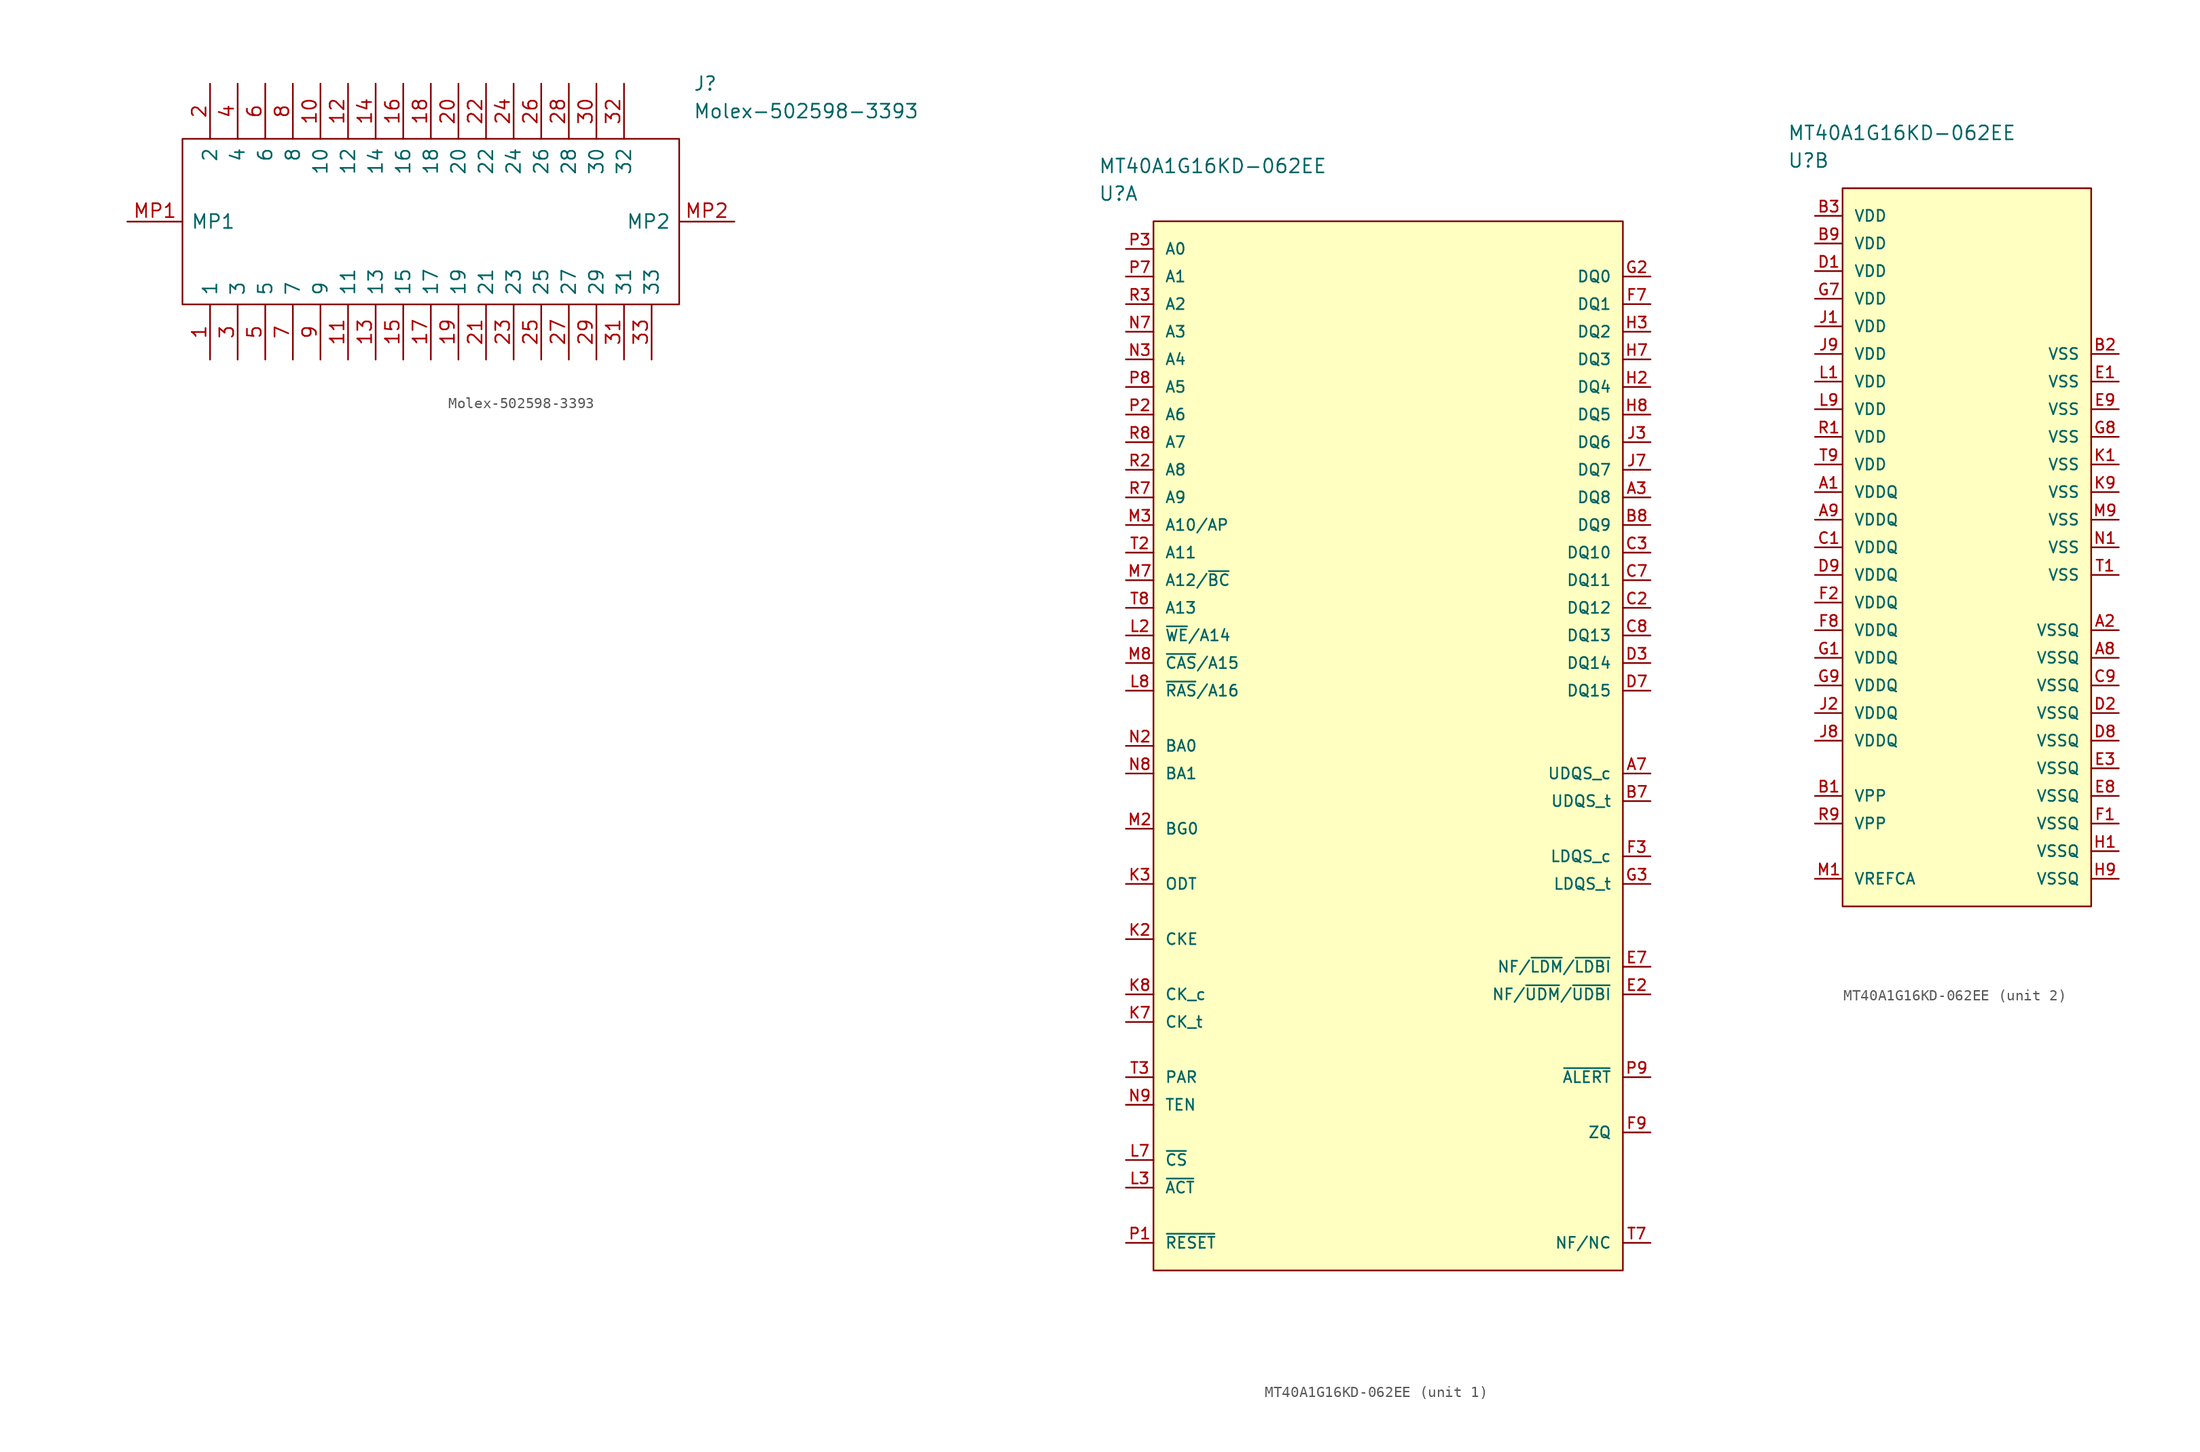
<source format=kicad_sym>
(kicad_symbol_lib
  (version 20220914)
  (generator kicad_symbol_editor)
  (symbol "Molex-502598-3393"
    (pin_names
      (offset 0.762))
    (property "Reference" "J"
      (at 52.07 12.7 0)
      (effects (font (size 1.27 1.27)) (justify left)))
    (property "Value" "Molex-502598-3393"
      (at 52.07 10.16 0)
      (effects (font (size 1.27 1.27)) (justify left)))
    (symbol "Molex-502598-3393_0_0"
      (pin passive line (at 7.62 -12.7 90) (length 5.08) (name "1" (effects (font (size 1.27 1.27)))) (number "1" (effects (font (size 1.27 1.27)))))
      (pin passive line (at 17.78 12.7 270) (length 5.08) (name "10" (effects (font (size 1.27 1.27)))) (number "10" (effects (font (size 1.27 1.27)))))
      (pin passive line (at 20.32 -12.7 90) (length 5.08) (name "11" (effects (font (size 1.27 1.27)))) (number "11" (effects (font (size 1.27 1.27)))))
      (pin passive line (at 20.32 12.7 270) (length 5.08) (name "12" (effects (font (size 1.27 1.27)))) (number "12" (effects (font (size 1.27 1.27)))))
      (pin passive line (at 22.86 -12.7 90) (length 5.08) (name "13" (effects (font (size 1.27 1.27)))) (number "13" (effects (font (size 1.27 1.27)))))
      (pin passive line (at 22.86 12.7 270) (length 5.08) (name "14" (effects (font (size 1.27 1.27)))) (number "14" (effects (font (size 1.27 1.27)))))
      (pin passive line (at 25.4 -12.7 90) (length 5.08) (name "15" (effects (font (size 1.27 1.27)))) (number "15" (effects (font (size 1.27 1.27)))))
      (pin passive line (at 25.4 12.7 270) (length 5.08) (name "16" (effects (font (size 1.27 1.27)))) (number "16" (effects (font (size 1.27 1.27)))))
      (pin passive line (at 27.94 -12.7 90) (length 5.08) (name "17" (effects (font (size 1.27 1.27)))) (number "17" (effects (font (size 1.27 1.27)))))
      (pin passive line (at 27.94 12.7 270) (length 5.08) (name "18" (effects (font (size 1.27 1.27)))) (number "18" (effects (font (size 1.27 1.27)))))
      (pin passive line (at 30.48 -12.7 90) (length 5.08) (name "19" (effects (font (size 1.27 1.27)))) (number "19" (effects (font (size 1.27 1.27)))))
      (pin passive line (at 7.62 12.7 270) (length 5.08) (name "2" (effects (font (size 1.27 1.27)))) (number "2" (effects (font (size 1.27 1.27)))))
      (pin passive line (at 30.48 12.7 270) (length 5.08) (name "20" (effects (font (size 1.27 1.27)))) (number "20" (effects (font (size 1.27 1.27)))))
      (pin passive line (at 33.02 -12.7 90) (length 5.08) (name "21" (effects (font (size 1.27 1.27)))) (number "21" (effects (font (size 1.27 1.27)))))
      (pin passive line (at 33.02 12.7 270) (length 5.08) (name "22" (effects (font (size 1.27 1.27)))) (number "22" (effects (font (size 1.27 1.27)))))
      (pin passive line (at 35.56 -12.7 90) (length 5.08) (name "23" (effects (font (size 1.27 1.27)))) (number "23" (effects (font (size 1.27 1.27)))))
      (pin passive line (at 35.56 12.7 270) (length 5.08) (name "24" (effects (font (size 1.27 1.27)))) (number "24" (effects (font (size 1.27 1.27)))))
      (pin passive line (at 38.1 -12.7 90) (length 5.08) (name "25" (effects (font (size 1.27 1.27)))) (number "25" (effects (font (size 1.27 1.27)))))
      (pin passive line (at 38.1 12.7 270) (length 5.08) (name "26" (effects (font (size 1.27 1.27)))) (number "26" (effects (font (size 1.27 1.27)))))
      (pin passive line (at 40.64 -12.7 90) (length 5.08) (name "27" (effects (font (size 1.27 1.27)))) (number "27" (effects (font (size 1.27 1.27)))))
      (pin passive line (at 40.64 12.7 270) (length 5.08) (name "28" (effects (font (size 1.27 1.27)))) (number "28" (effects (font (size 1.27 1.27)))))
      (pin passive line (at 43.18 -12.7 90) (length 5.08) (name "29" (effects (font (size 1.27 1.27)))) (number "29" (effects (font (size 1.27 1.27)))))
      (pin passive line (at 10.16 -12.7 90) (length 5.08) (name "3" (effects (font (size 1.27 1.27)))) (number "3" (effects (font (size 1.27 1.27)))))
      (pin passive line (at 43.18 12.7 270) (length 5.08) (name "30" (effects (font (size 1.27 1.27)))) (number "30" (effects (font (size 1.27 1.27)))))
      (pin passive line (at 45.72 -12.7 90) (length 5.08) (name "31" (effects (font (size 1.27 1.27)))) (number "31" (effects (font (size 1.27 1.27)))))
      (pin passive line (at 45.72 12.7 270) (length 5.08) (name "32" (effects (font (size 1.27 1.27)))) (number "32" (effects (font (size 1.27 1.27)))))
      (pin passive line (at 48.26 -12.7 90) (length 5.08) (name "33" (effects (font (size 1.27 1.27)))) (number "33" (effects (font (size 1.27 1.27)))))
      (pin passive line (at 10.16 12.7 270) (length 5.08) (name "4" (effects (font (size 1.27 1.27)))) (number "4" (effects (font (size 1.27 1.27)))))
      (pin passive line (at 12.7 -12.7 90) (length 5.08) (name "5" (effects (font (size 1.27 1.27)))) (number "5" (effects (font (size 1.27 1.27)))))
      (pin passive line (at 12.7 12.7 270) (length 5.08) (name "6" (effects (font (size 1.27 1.27)))) (number "6" (effects (font (size 1.27 1.27)))))
      (pin passive line (at 15.24 -12.7 90) (length 5.08) (name "7" (effects (font (size 1.27 1.27)))) (number "7" (effects (font (size 1.27 1.27)))))
      (pin passive line (at 15.24 12.7 270) (length 5.08) (name "8" (effects (font (size 1.27 1.27)))) (number "8" (effects (font (size 1.27 1.27)))))
      (pin passive line (at 17.78 -12.7 90) (length 5.08) (name "9" (effects (font (size 1.27 1.27)))) (number "9" (effects (font (size 1.27 1.27)))))
      (pin passive line (at 0 0 0) (length 5.08) (name "MP1" (effects (font (size 1.27 1.27)))) (number "MP1" (effects (font (size 1.27 1.27)))))
      (pin passive line (at 55.88 0 180) (length 5.08) (name "MP2" (effects (font (size 1.27 1.27)))) (number "MP2" (effects (font (size 1.27 1.27))))))
    (symbol "Molex-502598-3393_0_1"
      (polyline (pts (xy 5.08 7.62) (xy 50.8 7.62) (xy 50.8 -7.62) (xy 5.08 -7.62) (xy 5.08 7.62)) (stroke (width 0.152) (type default)) (fill (type none)))))
  (symbol "MT40A1G16KD-062EE"
    (pin_names
      (offset 1.016))
    (property "Reference" "U"
      (at 0 5.08 0)
      (effects (font (size 1.27 1.27)) (justify left)))
    (property "Value" "MT40A1G16KD-062EE"
      (at 0 7.62 0)
      (effects (font (size 1.27 1.27)) (justify left)))
    (property "ki_locked" ""
      (at 0 0 0)
      (effects (font (size 1.27 1.27))))
    (symbol "MT40A1G16KD-062EE_1_1"
      (rectangle (start 5.08 2.54) (end 48.26 -93.98) (stroke (width 0) (type default)) (fill (type background)))
      (pin bidirectional line (at 50.8 -22.86 180) (length 2.54) (name "DQ8" (effects (font (size 1.016 1.016)))) (number "A3" (effects (font (size 1.016 1.016)))))
      (pin bidirectional line (at 50.8 -48.26 180) (length 2.54) (name "UDQS_c" (effects (font (size 1.016 1.016)))) (number "A7" (effects (font (size 1.016 1.016)))))
      (pin bidirectional line (at 50.8 -50.8 180) (length 2.54) (name "UDQS_t" (effects (font (size 1.016 1.016)))) (number "B7" (effects (font (size 1.016 1.016)))))
      (pin bidirectional line (at 50.8 -25.4 180) (length 2.54) (name "DQ9" (effects (font (size 1.016 1.016)))) (number "B8" (effects (font (size 1.016 1.016)))))
      (pin bidirectional line (at 50.8 -33.02 180) (length 2.54) (name "DQ12" (effects (font (size 1.016 1.016)))) (number "C2" (effects (font (size 1.016 1.016)))))
      (pin bidirectional line (at 50.8 -27.94 180) (length 2.54) (name "DQ10" (effects (font (size 1.016 1.016)))) (number "C3" (effects (font (size 1.016 1.016)))))
      (pin bidirectional line (at 50.8 -30.48 180) (length 2.54) (name "DQ11" (effects (font (size 1.016 1.016)))) (number "C7" (effects (font (size 1.016 1.016)))))
      (pin bidirectional line (at 50.8 -35.56 180) (length 2.54) (name "DQ13" (effects (font (size 1.016 1.016)))) (number "C8" (effects (font (size 1.016 1.016)))))
      (pin bidirectional line (at 50.8 -38.1 180) (length 2.54) (name "DQ14" (effects (font (size 1.016 1.016)))) (number "D3" (effects (font (size 1.016 1.016)))))
      (pin bidirectional line (at 50.8 -40.64 180) (length 2.54) (name "DQ15" (effects (font (size 1.016 1.016)))) (number "D7" (effects (font (size 1.016 1.016)))))
      (pin bidirectional line (at 50.8 -68.58 180) (length 2.54) (name "NF/~{UDM}/~{UDBI}" (effects (font (size 1.016 1.016)))) (number "E2" (effects (font (size 1.016 1.016)))))
      (pin bidirectional line (at 50.8 -66.04 180) (length 2.54) (name "NF/~{LDM}/~{LDBI}" (effects (font (size 1.016 1.016)))) (number "E7" (effects (font (size 1.016 1.016)))))
      (pin bidirectional line (at 50.8 -55.88 180) (length 2.54) (name "LDQS_c" (effects (font (size 1.016 1.016)))) (number "F3" (effects (font (size 1.016 1.016)))))
      (pin bidirectional line (at 50.8 -5.08 180) (length 2.54) (name "DQ1" (effects (font (size 1.016 1.016)))) (number "F7" (effects (font (size 1.016 1.016)))))
      (pin passive line (at 50.8 -81.28 180) (length 2.54) (name "ZQ" (effects (font (size 1.016 1.016)))) (number "F9" (effects (font (size 1.016 1.016)))))
      (pin bidirectional line (at 50.8 -2.54 180) (length 2.54) (name "DQ0" (effects (font (size 1.016 1.016)))) (number "G2" (effects (font (size 1.016 1.016)))))
      (pin bidirectional line (at 50.8 -58.42 180) (length 2.54) (name "LDQS_t" (effects (font (size 1.016 1.016)))) (number "G3" (effects (font (size 1.016 1.016)))))
      (pin bidirectional line (at 50.8 -12.7 180) (length 2.54) (name "DQ4" (effects (font (size 1.016 1.016)))) (number "H2" (effects (font (size 1.016 1.016)))))
      (pin bidirectional line (at 50.8 -7.62 180) (length 2.54) (name "DQ2" (effects (font (size 1.016 1.016)))) (number "H3" (effects (font (size 1.016 1.016)))))
      (pin bidirectional line (at 50.8 -10.16 180) (length 2.54) (name "DQ3" (effects (font (size 1.016 1.016)))) (number "H7" (effects (font (size 1.016 1.016)))))
      (pin bidirectional line (at 50.8 -15.24 180) (length 2.54) (name "DQ5" (effects (font (size 1.016 1.016)))) (number "H8" (effects (font (size 1.016 1.016)))))
      (pin bidirectional line (at 50.8 -17.78 180) (length 2.54) (name "DQ6" (effects (font (size 1.016 1.016)))) (number "J3" (effects (font (size 1.016 1.016)))))
      (pin bidirectional line (at 50.8 -20.32 180) (length 2.54) (name "DQ7" (effects (font (size 1.016 1.016)))) (number "J7" (effects (font (size 1.016 1.016)))))
      (pin input line (at 2.54 -63.5 0) (length 2.54) (name "CKE" (effects (font (size 1.016 1.016)))) (number "K2" (effects (font (size 1.016 1.016)))))
      (pin input line (at 2.54 -58.42 0) (length 2.54) (name "ODT" (effects (font (size 1.016 1.016)))) (number "K3" (effects (font (size 1.016 1.016)))))
      (pin input line (at 2.54 -71.12 0) (length 2.54) (name "CK_t" (effects (font (size 1.016 1.016)))) (number "K7" (effects (font (size 1.016 1.016)))))
      (pin input line (at 2.54 -68.58 0) (length 2.54) (name "CK_c" (effects (font (size 1.016 1.016)))) (number "K8" (effects (font (size 1.016 1.016)))))
      (pin input line (at 2.54 -35.56 0) (length 2.54) (name "~{WE}/A14" (effects (font (size 1.016 1.016)))) (number "L2" (effects (font (size 1.016 1.016)))))
      (pin input line (at 2.54 -86.36 0) (length 2.54) (name "~{ACT}" (effects (font (size 1.016 1.016)))) (number "L3" (effects (font (size 1.016 1.016)))))
      (pin input line (at 2.54 -83.82 0) (length 2.54) (name "~{CS}" (effects (font (size 1.016 1.016)))) (number "L7" (effects (font (size 1.016 1.016)))))
      (pin input line (at 2.54 -40.64 0) (length 2.54) (name "~{RAS}/A16" (effects (font (size 1.016 1.016)))) (number "L8" (effects (font (size 1.016 1.016)))))
      (pin input line (at 2.54 -53.34 0) (length 2.54) (name "BG0" (effects (font (size 1.016 1.016)))) (number "M2" (effects (font (size 1.016 1.016)))))
      (pin input line (at 2.54 -25.4 0) (length 2.54) (name "A10/AP" (effects (font (size 1.016 1.016)))) (number "M3" (effects (font (size 1.016 1.016)))))
      (pin input line (at 2.54 -30.48 0) (length 2.54) (name "A12/~{BC}" (effects (font (size 1.016 1.016)))) (number "M7" (effects (font (size 1.016 1.016)))))
      (pin input line (at 2.54 -38.1 0) (length 2.54) (name "~{CAS}/A15" (effects (font (size 1.016 1.016)))) (number "M8" (effects (font (size 1.016 1.016)))))
      (pin input line (at 2.54 -45.72 0) (length 2.54) (name "BA0" (effects (font (size 1.016 1.016)))) (number "N2" (effects (font (size 1.016 1.016)))))
      (pin input line (at 2.54 -10.16 0) (length 2.54) (name "A4" (effects (font (size 1.016 1.016)))) (number "N3" (effects (font (size 1.016 1.016)))))
      (pin input line (at 2.54 -7.62 0) (length 2.54) (name "A3" (effects (font (size 1.016 1.016)))) (number "N7" (effects (font (size 1.016 1.016)))))
      (pin input line (at 2.54 -48.26 0) (length 2.54) (name "BA1" (effects (font (size 1.016 1.016)))) (number "N8" (effects (font (size 1.016 1.016)))))
      (pin input line (at 2.54 -78.74 0) (length 2.54) (name "TEN" (effects (font (size 1.016 1.016)))) (number "N9" (effects (font (size 1.016 1.016)))))
      (pin input line (at 2.54 -91.44 0) (length 2.54) (name "~{RESET}" (effects (font (size 1.016 1.016)))) (number "P1" (effects (font (size 1.016 1.016)))))
      (pin input line (at 2.54 -15.24 0) (length 2.54) (name "A6" (effects (font (size 1.016 1.016)))) (number "P2" (effects (font (size 1.016 1.016)))))
      (pin input line (at 2.54 0 0) (length 2.54) (name "A0" (effects (font (size 1.016 1.016)))) (number "P3" (effects (font (size 1.016 1.016)))))
      (pin input line (at 2.54 -2.54 0) (length 2.54) (name "A1" (effects (font (size 1.016 1.016)))) (number "P7" (effects (font (size 1.016 1.016)))))
      (pin input line (at 2.54 -12.7 0) (length 2.54) (name "A5" (effects (font (size 1.016 1.016)))) (number "P8" (effects (font (size 1.016 1.016)))))
      (pin output line (at 50.8 -76.2 180) (length 2.54) (name "~{ALERT}" (effects (font (size 1.016 1.016)))) (number "P9" (effects (font (size 1.016 1.016)))))
      (pin input line (at 2.54 -20.32 0) (length 2.54) (name "A8" (effects (font (size 1.016 1.016)))) (number "R2" (effects (font (size 1.016 1.016)))))
      (pin input line (at 2.54 -5.08 0) (length 2.54) (name "A2" (effects (font (size 1.016 1.016)))) (number "R3" (effects (font (size 1.016 1.016)))))
      (pin input line (at 2.54 -22.86 0) (length 2.54) (name "A9" (effects (font (size 1.016 1.016)))) (number "R7" (effects (font (size 1.016 1.016)))))
      (pin input line (at 2.54 -17.78 0) (length 2.54) (name "A7" (effects (font (size 1.016 1.016)))) (number "R8" (effects (font (size 1.016 1.016)))))
      (pin input line (at 2.54 -27.94 0) (length 2.54) (name "A11" (effects (font (size 1.016 1.016)))) (number "T2" (effects (font (size 1.016 1.016)))))
      (pin input line (at 2.54 -76.2 0) (length 2.54) (name "PAR" (effects (font (size 1.016 1.016)))) (number "T3" (effects (font (size 1.016 1.016)))))
      (pin passive line (at 50.8 -91.44 180) (length 2.54) (name "NF/NC" (effects (font (size 1.016 1.016)))) (number "T7" (effects (font (size 1.016 1.016)))))
      (pin input line (at 2.54 -33.02 0) (length 2.54) (name "A13" (effects (font (size 1.016 1.016)))) (number "T8" (effects (font (size 1.016 1.016))))))
    (symbol "MT40A1G16KD-062EE_2_1"
      (rectangle (start 5.08 2.54) (end 27.94 -63.5) (stroke (width 0) (type default)) (fill (type background)))
      (pin power_in line (at 2.54 -25.4 0) (length 2.54) (name "VDDQ" (effects (font (size 1.016 1.016)))) (number "A1" (effects (font (size 1.016 1.016)))))
      (pin power_in line (at 30.48 -38.1 180) (length 2.54) (name "VSSQ" (effects (font (size 1.016 1.016)))) (number "A2" (effects (font (size 1.016 1.016)))))
      (pin power_in line (at 30.48 -40.64 180) (length 2.54) (name "VSSQ" (effects (font (size 1.016 1.016)))) (number "A8" (effects (font (size 1.016 1.016)))))
      (pin power_in line (at 2.54 -27.94 0) (length 2.54) (name "VDDQ" (effects (font (size 1.016 1.016)))) (number "A9" (effects (font (size 1.016 1.016)))))
      (pin power_in line (at 2.54 -53.34 0) (length 2.54) (name "VPP" (effects (font (size 1.016 1.016)))) (number "B1" (effects (font (size 1.016 1.016)))))
      (pin power_in line (at 30.48 -12.7 180) (length 2.54) (name "VSS" (effects (font (size 1.016 1.016)))) (number "B2" (effects (font (size 1.016 1.016)))))
      (pin power_in line (at 2.54 0 0) (length 2.54) (name "VDD" (effects (font (size 1.016 1.016)))) (number "B3" (effects (font (size 1.016 1.016)))))
      (pin power_in line (at 2.54 -2.54 0) (length 2.54) (name "VDD" (effects (font (size 1.016 1.016)))) (number "B9" (effects (font (size 1.016 1.016)))))
      (pin power_in line (at 2.54 -30.48 0) (length 2.54) (name "VDDQ" (effects (font (size 1.016 1.016)))) (number "C1" (effects (font (size 1.016 1.016)))))
      (pin power_in line (at 30.48 -43.18 180) (length 2.54) (name "VSSQ" (effects (font (size 1.016 1.016)))) (number "C9" (effects (font (size 1.016 1.016)))))
      (pin power_in line (at 2.54 -5.08 0) (length 2.54) (name "VDD" (effects (font (size 1.016 1.016)))) (number "D1" (effects (font (size 1.016 1.016)))))
      (pin power_in line (at 30.48 -45.72 180) (length 2.54) (name "VSSQ" (effects (font (size 1.016 1.016)))) (number "D2" (effects (font (size 1.016 1.016)))))
      (pin power_in line (at 30.48 -48.26 180) (length 2.54) (name "VSSQ" (effects (font (size 1.016 1.016)))) (number "D8" (effects (font (size 1.016 1.016)))))
      (pin power_in line (at 2.54 -33.02 0) (length 2.54) (name "VDDQ" (effects (font (size 1.016 1.016)))) (number "D9" (effects (font (size 1.016 1.016)))))
      (pin power_in line (at 30.48 -15.24 180) (length 2.54) (name "VSS" (effects (font (size 1.016 1.016)))) (number "E1" (effects (font (size 1.016 1.016)))))
      (pin power_in line (at 30.48 -50.8 180) (length 2.54) (name "VSSQ" (effects (font (size 1.016 1.016)))) (number "E3" (effects (font (size 1.016 1.016)))))
      (pin power_in line (at 30.48 -53.34 180) (length 2.54) (name "VSSQ" (effects (font (size 1.016 1.016)))) (number "E8" (effects (font (size 1.016 1.016)))))
      (pin power_in line (at 30.48 -17.78 180) (length 2.54) (name "VSS" (effects (font (size 1.016 1.016)))) (number "E9" (effects (font (size 1.016 1.016)))))
      (pin power_in line (at 30.48 -55.88 180) (length 2.54) (name "VSSQ" (effects (font (size 1.016 1.016)))) (number "F1" (effects (font (size 1.016 1.016)))))
      (pin power_in line (at 2.54 -35.56 0) (length 2.54) (name "VDDQ" (effects (font (size 1.016 1.016)))) (number "F2" (effects (font (size 1.016 1.016)))))
      (pin power_in line (at 2.54 -38.1 0) (length 2.54) (name "VDDQ" (effects (font (size 1.016 1.016)))) (number "F8" (effects (font (size 1.016 1.016)))))
      (pin power_in line (at 2.54 -40.64 0) (length 2.54) (name "VDDQ" (effects (font (size 1.016 1.016)))) (number "G1" (effects (font (size 1.016 1.016)))))
      (pin power_in line (at 2.54 -7.62 0) (length 2.54) (name "VDD" (effects (font (size 1.016 1.016)))) (number "G7" (effects (font (size 1.016 1.016)))))
      (pin power_in line (at 30.48 -20.32 180) (length 2.54) (name "VSS" (effects (font (size 1.016 1.016)))) (number "G8" (effects (font (size 1.016 1.016)))))
      (pin power_in line (at 2.54 -43.18 0) (length 2.54) (name "VDDQ" (effects (font (size 1.016 1.016)))) (number "G9" (effects (font (size 1.016 1.016)))))
      (pin power_in line (at 30.48 -58.42 180) (length 2.54) (name "VSSQ" (effects (font (size 1.016 1.016)))) (number "H1" (effects (font (size 1.016 1.016)))))
      (pin power_in line (at 30.48 -60.96 180) (length 2.54) (name "VSSQ" (effects (font (size 1.016 1.016)))) (number "H9" (effects (font (size 1.016 1.016)))))
      (pin power_in line (at 2.54 -10.16 0) (length 2.54) (name "VDD" (effects (font (size 1.016 1.016)))) (number "J1" (effects (font (size 1.016 1.016)))))
      (pin power_in line (at 2.54 -45.72 0) (length 2.54) (name "VDDQ" (effects (font (size 1.016 1.016)))) (number "J2" (effects (font (size 1.016 1.016)))))
      (pin power_in line (at 2.54 -48.26 0) (length 2.54) (name "VDDQ" (effects (font (size 1.016 1.016)))) (number "J8" (effects (font (size 1.016 1.016)))))
      (pin power_in line (at 2.54 -12.7 0) (length 2.54) (name "VDD" (effects (font (size 1.016 1.016)))) (number "J9" (effects (font (size 1.016 1.016)))))
      (pin power_in line (at 30.48 -22.86 180) (length 2.54) (name "VSS" (effects (font (size 1.016 1.016)))) (number "K1" (effects (font (size 1.016 1.016)))))
      (pin power_in line (at 30.48 -25.4 180) (length 2.54) (name "VSS" (effects (font (size 1.016 1.016)))) (number "K9" (effects (font (size 1.016 1.016)))))
      (pin power_in line (at 2.54 -15.24 0) (length 2.54) (name "VDD" (effects (font (size 1.016 1.016)))) (number "L1" (effects (font (size 1.016 1.016)))))
      (pin power_in line (at 2.54 -17.78 0) (length 2.54) (name "VDD" (effects (font (size 1.016 1.016)))) (number "L9" (effects (font (size 1.016 1.016)))))
      (pin power_in line (at 2.54 -60.96 0) (length 2.54) (name "VREFCA" (effects (font (size 1.016 1.016)))) (number "M1" (effects (font (size 1.016 1.016)))))
      (pin power_in line (at 30.48 -27.94 180) (length 2.54) (name "VSS" (effects (font (size 1.016 1.016)))) (number "M9" (effects (font (size 1.016 1.016)))))
      (pin power_in line (at 30.48 -30.48 180) (length 2.54) (name "VSS" (effects (font (size 1.016 1.016)))) (number "N1" (effects (font (size 1.016 1.016)))))
      (pin power_in line (at 2.54 -20.32 0) (length 2.54) (name "VDD" (effects (font (size 1.016 1.016)))) (number "R1" (effects (font (size 1.016 1.016)))))
      (pin power_in line (at 2.54 -55.88 0) (length 2.54) (name "VPP" (effects (font (size 1.016 1.016)))) (number "R9" (effects (font (size 1.016 1.016)))))
      (pin power_in line (at 30.48 -33.02 180) (length 2.54) (name "VSS" (effects (font (size 1.016 1.016)))) (number "T1" (effects (font (size 1.016 1.016)))))
      (pin power_in line (at 2.54 -22.86 0) (length 2.54) (name "VDD" (effects (font (size 1.016 1.016)))) (number "T9" (effects (font (size 1.016 1.016))))))))
</source>
